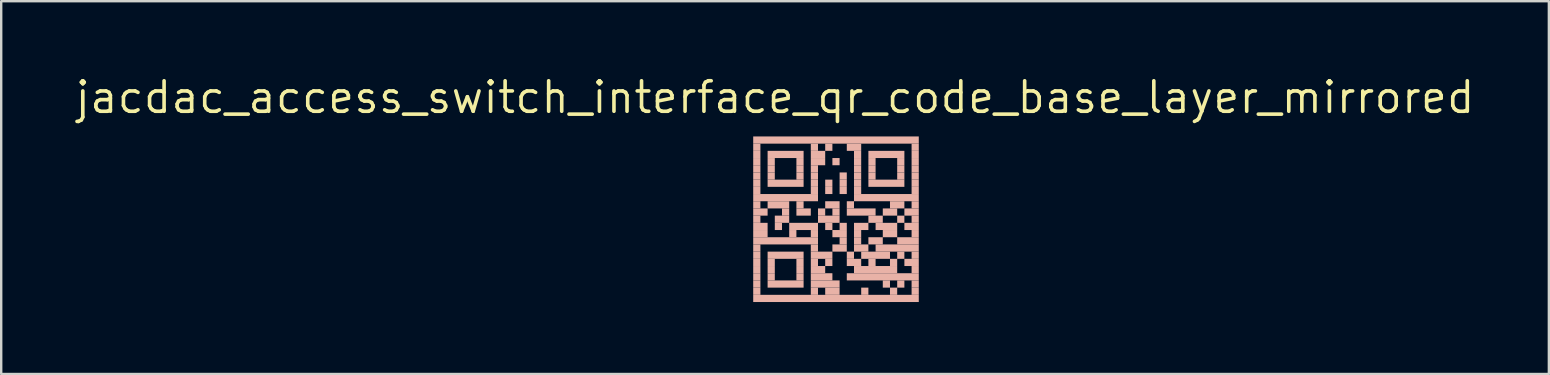
<source format=kicad_pcb>
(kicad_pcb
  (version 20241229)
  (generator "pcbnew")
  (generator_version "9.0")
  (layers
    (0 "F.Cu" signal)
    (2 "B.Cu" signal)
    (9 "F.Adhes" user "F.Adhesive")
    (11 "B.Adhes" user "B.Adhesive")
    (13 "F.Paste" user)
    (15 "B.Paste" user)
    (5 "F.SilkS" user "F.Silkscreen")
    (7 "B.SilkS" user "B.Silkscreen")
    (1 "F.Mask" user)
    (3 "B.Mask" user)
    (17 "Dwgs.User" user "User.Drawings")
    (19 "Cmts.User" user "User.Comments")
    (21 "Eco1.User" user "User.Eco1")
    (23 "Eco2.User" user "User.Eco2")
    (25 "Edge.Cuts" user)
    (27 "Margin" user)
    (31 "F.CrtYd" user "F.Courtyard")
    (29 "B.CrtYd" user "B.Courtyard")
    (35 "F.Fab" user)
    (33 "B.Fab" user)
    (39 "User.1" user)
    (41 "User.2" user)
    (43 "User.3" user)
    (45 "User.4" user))
  (footprint "jacdac_access_switch_interface_qr_code_base_layer_mirrored"
    (layer "F.Cu")
    (at 29.248 6.086)
    (property "Reference" "jacdac_access_switch_interface_qr_code_base_layer_mirrored" (at 0 -5.08 0) (layer "F.SilkS") (effects (font (size 1.27 1.27) (thickness 0.15))))
    (attr through_hole)
    (fp_poly (pts (xy -0.61 -2.85) (xy -0.61 -3.15) (xy -0.91 -3.15) (xy -0.91 -2.85)) (stroke (width 0) (type solid)) (fill yes) (layer "B.SilkS"))
    (fp_poly (pts (xy -0.61 -2.55) (xy -0.61 -2.85) (xy -0.91 -2.85) (xy -0.91 -2.55)) (stroke (width 0) (type solid)) (fill yes) (layer "B.SilkS"))
    (fp_poly (pts (xy -0.61 -2.25) (xy -0.61 -2.55) (xy -0.91 -2.55) (xy -0.91 -2.25)) (stroke (width 0) (type solid)) (fill yes) (layer "B.SilkS"))
    (fp_poly (pts (xy -0.61 -1.95) (xy -0.61 -2.25) (xy -0.91 -2.25) (xy -0.91 -1.95)) (stroke (width 0) (type solid)) (fill yes) (layer "B.SilkS"))
    (fp_poly (pts (xy -0.61 -1.65) (xy -0.61 -1.95) (xy -0.91 -1.95) (xy -0.91 -1.65)) (stroke (width 0) (type solid)) (fill yes) (layer "B.SilkS"))
    (fp_poly (pts (xy -0.61 -1.35) (xy -0.61 -1.65) (xy -0.91 -1.65) (xy -0.91 -1.35)) (stroke (width 0) (type solid)) (fill yes) (layer "B.SilkS"))
    (fp_poly (pts (xy -0.61 -1.05) (xy -0.61 -1.35) (xy -0.91 -1.35) (xy -0.91 -1.05)) (stroke (width 0) (type solid)) (fill yes) (layer "B.SilkS"))
    (fp_poly (pts (xy -0.61 -0.45) (xy -0.61 -0.75) (xy -0.91 -0.75) (xy -0.91 -0.45)) (stroke (width 0) (type solid)) (fill yes) (layer "B.SilkS"))
    (fp_poly (pts (xy -0.61 0.15) (xy -0.61 -0.15) (xy -0.91 -0.15) (xy -0.91 0.15)) (stroke (width 0) (type solid)) (fill yes) (layer "B.SilkS"))
    (fp_poly (pts (xy -0.61 1.35) (xy -0.61 1.05) (xy -0.91 1.05) (xy -0.91 1.35)) (stroke (width 0) (type solid)) (fill yes) (layer "B.SilkS"))
    (fp_poly (pts (xy -0.61 1.65) (xy -0.61 1.35) (xy -0.91 1.35) (xy -0.91 1.65)) (stroke (width 0) (type solid)) (fill yes) (layer "B.SilkS"))
    (fp_poly (pts (xy -0.61 1.95) (xy -0.61 1.65) (xy -0.91 1.65) (xy -0.91 1.95)) (stroke (width 0) (type solid)) (fill yes) (layer "B.SilkS"))
    (fp_poly (pts (xy -0.61 2.25) (xy -0.61 1.95) (xy -0.91 1.95) (xy -0.91 2.25)) (stroke (width 0) (type solid)) (fill yes) (layer "B.SilkS"))
    (fp_poly (pts (xy -0.61 2.55) (xy -0.61 2.25) (xy -0.91 2.25) (xy -0.91 2.55)) (stroke (width 0) (type solid)) (fill yes) (layer "B.SilkS"))
    (fp_poly (pts (xy -0.61 2.85) (xy -0.61 2.55) (xy -0.91 2.55) (xy -0.91 2.85)) (stroke (width 0) (type solid)) (fill yes) (layer "B.SilkS"))
    (fp_poly (pts (xy -0.61 3.15) (xy -0.61 2.85) (xy -0.91 2.85) (xy -0.91 3.15)) (stroke (width 0) (type solid)) (fill yes) (layer "B.SilkS"))
    (fp_poly (pts (xy -0.31 -0.15) (xy -0.31 -0.45) (xy -0.91 -0.45) (xy -0.91 -0.15)) (stroke (width 0) (type solid)) (fill yes) (layer "B.SilkS"))
    (fp_poly (pts (xy -0.31 0.45) (xy -0.31 0.15) (xy -0.91 0.15) (xy -0.91 0.45)) (stroke (width 0) (type solid)) (fill yes) (layer "B.SilkS"))
    (fp_poly (pts (xy -0.31 0.75) (xy -0.31 0.45) (xy -0.91 0.45) (xy -0.91 0.75)) (stroke (width 0) (type solid)) (fill yes) (layer "B.SilkS"))
    (fp_poly (pts (xy -0.01 -2.25) (xy -0.01 -2.55) (xy -0.31 -2.55) (xy -0.31 -2.25)) (stroke (width 0) (type solid)) (fill yes) (layer "B.SilkS"))
    (fp_poly (pts (xy -0.01 -1.95) (xy -0.01 -2.25) (xy -0.31 -2.25) (xy -0.31 -1.95)) (stroke (width 0) (type solid)) (fill yes) (layer "B.SilkS"))
    (fp_poly (pts (xy -0.01 -1.65) (xy -0.01 -1.95) (xy -0.31 -1.95) (xy -0.31 -1.65)) (stroke (width 0) (type solid)) (fill yes) (layer "B.SilkS"))
    (fp_poly (pts (xy -0.01 1.95) (xy -0.01 1.65) (xy -0.31 1.65) (xy -0.31 1.95)) (stroke (width 0) (type solid)) (fill yes) (layer "B.SilkS"))
    (fp_poly (pts (xy -0.01 2.25) (xy -0.01 1.95) (xy -0.31 1.95) (xy -0.31 2.25)) (stroke (width 0) (type solid)) (fill yes) (layer "B.SilkS"))
    (fp_poly (pts (xy -0.01 2.55) (xy -0.01 2.25) (xy -0.31 2.25) (xy -0.31 2.55)) (stroke (width 0) (type solid)) (fill yes) (layer "B.SilkS"))
    (fp_poly (pts (xy 0.29 0.45) (xy 0.29 0.15) (xy -0.01 0.15) (xy -0.01 0.45)) (stroke (width 0) (type solid)) (fill yes) (layer "B.SilkS"))
    (fp_poly (pts (xy 0.59 -0.45) (xy 0.59 -0.75) (xy -0.31 -0.75) (xy -0.31 -0.45)) (stroke (width 0) (type solid)) (fill yes) (layer "B.SilkS"))
    (fp_poly (pts (xy 0.59 -0.15) (xy 0.59 -0.45) (xy 0.29 -0.45) (xy 0.29 -0.15)) (stroke (width 0) (type solid)) (fill yes) (layer "B.SilkS"))
    (fp_poly (pts (xy 0.59 0.15) (xy 0.59 -0.15) (xy -0.01 -0.15) (xy -0.01 0.15)) (stroke (width 0) (type solid)) (fill yes) (layer "B.SilkS"))
    (fp_poly (pts (xy 0.89 0.75) (xy 0.89 0.45) (xy 0.59 0.45) (xy 0.59 0.75)) (stroke (width 0) (type solid)) (fill yes) (layer "B.SilkS"))
    (fp_poly (pts (xy 1.19 -2.55) (xy 1.19 -2.85) (xy -0.31 -2.85) (xy -0.31 -2.55)) (stroke (width 0) (type solid)) (fill yes) (layer "B.SilkS"))
    (fp_poly (pts (xy 1.19 -2.25) (xy 1.19 -2.55) (xy 0.89 -2.55) (xy 0.89 -2.25)) (stroke (width 0) (type solid)) (fill yes) (layer "B.SilkS"))
    (fp_poly (pts (xy 1.19 -1.95) (xy 1.19 -2.25) (xy 0.89 -2.25) (xy 0.89 -1.95)) (stroke (width 0) (type solid)) (fill yes) (layer "B.SilkS"))
    (fp_poly (pts (xy 1.19 -1.65) (xy 1.19 -1.95) (xy 0.89 -1.95) (xy 0.89 -1.65)) (stroke (width 0) (type solid)) (fill yes) (layer "B.SilkS"))
    (fp_poly (pts (xy 1.19 -1.35) (xy 1.19 -1.65) (xy -0.31 -1.65) (xy -0.31 -1.35)) (stroke (width 0) (type solid)) (fill yes) (layer "B.SilkS"))
    (fp_poly (pts (xy 1.19 -0.45) (xy 1.19 -0.75) (xy 0.89 -0.75) (xy 0.89 -0.45)) (stroke (width 0) (type solid)) (fill yes) (layer "B.SilkS"))
    (fp_poly (pts (xy 1.19 1.65) (xy 1.19 1.35) (xy -0.31 1.35) (xy -0.31 1.65)) (stroke (width 0) (type solid)) (fill yes) (layer "B.SilkS"))
    (fp_poly (pts (xy 1.19 1.95) (xy 1.19 1.65) (xy 0.89 1.65) (xy 0.89 1.95)) (stroke (width 0) (type solid)) (fill yes) (layer "B.SilkS"))
    (fp_poly (pts (xy 1.19 2.25) (xy 1.19 1.95) (xy 0.89 1.95) (xy 0.89 2.25)) (stroke (width 0) (type solid)) (fill yes) (layer "B.SilkS"))
    (fp_poly (pts (xy 1.19 2.55) (xy 1.19 2.25) (xy 0.89 2.25) (xy 0.89 2.55)) (stroke (width 0) (type solid)) (fill yes) (layer "B.SilkS"))
    (fp_poly (pts (xy 1.19 2.85) (xy 1.19 2.55) (xy -0.31 2.55) (xy -0.31 2.85)) (stroke (width 0) (type solid)) (fill yes) (layer "B.SilkS"))
    (fp_poly (pts (xy 1.49 -0.15) (xy 1.49 -0.45) (xy 0.89 -0.45) (xy 0.89 -0.15)) (stroke (width 0) (type solid)) (fill yes) (layer "B.SilkS"))
    (fp_poly (pts (xy 1.79 -2.85) (xy 1.79 -3.15) (xy 1.49 -3.15) (xy 1.49 -2.85)) (stroke (width 0) (type solid)) (fill yes) (layer "B.SilkS"))
    (fp_poly (pts (xy 1.79 -1.95) (xy 1.79 -2.25) (xy 1.49 -2.25) (xy 1.49 -1.95)) (stroke (width 0) (type solid)) (fill yes) (layer "B.SilkS"))
    (fp_poly (pts (xy 1.79 -1.65) (xy 1.79 -1.95) (xy 1.49 -1.95) (xy 1.49 -1.65)) (stroke (width 0) (type solid)) (fill yes) (layer "B.SilkS"))
    (fp_poly (pts (xy 1.79 -1.35) (xy 1.79 -1.65) (xy 1.49 -1.65) (xy 1.49 -1.35)) (stroke (width 0) (type solid)) (fill yes) (layer "B.SilkS"))
    (fp_poly (pts (xy 1.79 -1.05) (xy 1.79 -1.35) (xy 1.49 -1.35) (xy 1.49 -1.05)) (stroke (width 0) (type solid)) (fill yes) (layer "B.SilkS"))
    (fp_poly (pts (xy 1.79 -0.75) (xy 1.79 -1.05) (xy -0.91 -1.05) (xy -0.91 -0.75)) (stroke (width 0) (type solid)) (fill yes) (layer "B.SilkS"))
    (fp_poly (pts (xy 1.79 0.45) (xy 1.79 0.15) (xy 0.59 0.15) (xy 0.59 0.45)) (stroke (width 0) (type solid)) (fill yes) (layer "B.SilkS"))
    (fp_poly (pts (xy 1.79 0.75) (xy 1.79 0.45) (xy 1.49 0.45) (xy 1.49 0.75)) (stroke (width 0) (type solid)) (fill yes) (layer "B.SilkS"))
    (fp_poly (pts (xy 1.79 1.05) (xy 1.79 0.75) (xy -0.91 0.75) (xy -0.91 1.05)) (stroke (width 0) (type solid)) (fill yes) (layer "B.SilkS"))
    (fp_poly (pts (xy 1.79 1.35) (xy 1.79 1.05) (xy 1.49 1.05) (xy 1.49 1.35)) (stroke (width 0) (type solid)) (fill yes) (layer "B.SilkS"))
    (fp_poly (pts (xy 1.79 1.95) (xy 1.79 1.65) (xy 1.49 1.65) (xy 1.49 1.95)) (stroke (width 0) (type solid)) (fill yes) (layer "B.SilkS"))
    (fp_poly (pts (xy 1.79 3.15) (xy 1.79 2.85) (xy 1.49 2.85) (xy 1.49 3.15)) (stroke (width 0) (type solid)) (fill yes) (layer "B.SilkS"))
    (fp_poly (pts (xy 2.09 -2.55) (xy 2.09 -2.85) (xy 1.49 -2.85) (xy 1.49 -2.55)) (stroke (width 0) (type solid)) (fill yes) (layer "B.SilkS"))
    (fp_poly (pts (xy 2.09 -2.25) (xy 2.09 -2.55) (xy 1.49 -2.55) (xy 1.49 -2.25)) (stroke (width 0) (type solid)) (fill yes) (layer "B.SilkS"))
    (fp_poly (pts (xy 2.09 -0.15) (xy 2.09 -0.45) (xy 1.79 -0.45) (xy 1.79 -0.15)) (stroke (width 0) (type solid)) (fill yes) (layer "B.SilkS"))
    (fp_poly (pts (xy 2.09 2.25) (xy 2.09 1.95) (xy 1.49 1.95) (xy 1.49 2.25)) (stroke (width 0) (type solid)) (fill yes) (layer "B.SilkS"))
    (fp_poly (pts (xy 2.39 -2.85) (xy 2.39 -3.15) (xy 2.09 -3.15) (xy 2.09 -2.85)) (stroke (width 0) (type solid)) (fill yes) (layer "B.SilkS"))
    (fp_poly (pts (xy 2.39 -1.35) (xy 2.39 -1.65) (xy 2.09 -1.65) (xy 2.09 -1.35)) (stroke (width 0) (type solid)) (fill yes) (layer "B.SilkS"))
    (fp_poly (pts (xy 2.39 -1.05) (xy 2.39 -1.35) (xy 2.09 -1.35) (xy 2.09 -1.05)) (stroke (width 0) (type solid)) (fill yes) (layer "B.SilkS"))
    (fp_poly (pts (xy 2.39 0.45) (xy 2.39 0.15) (xy 2.09 0.15) (xy 2.09 0.45)) (stroke (width 0) (type solid)) (fill yes) (layer "B.SilkS"))
    (fp_poly (pts (xy 2.39 1.65) (xy 2.39 1.35) (xy 1.49 1.35) (xy 1.49 1.65)) (stroke (width 0) (type solid)) (fill yes) (layer "B.SilkS"))
    (fp_poly (pts (xy 2.39 1.95) (xy 2.39 1.65) (xy 2.09 1.65) (xy 2.09 1.95)) (stroke (width 0) (type solid)) (fill yes) (layer "B.SilkS"))
    (fp_poly (pts (xy 2.39 2.55) (xy 2.39 2.25) (xy 1.49 2.25) (xy 1.49 2.55)) (stroke (width 0) (type solid)) (fill yes) (layer "B.SilkS"))
    (fp_poly (pts (xy 2.69 -2.25) (xy 2.69 -2.55) (xy 2.39 -2.55) (xy 2.39 -2.25)) (stroke (width 0) (type solid)) (fill yes) (layer "B.SilkS"))
    (fp_poly (pts (xy 2.69 -0.45) (xy 2.69 -0.75) (xy 2.09 -0.75) (xy 2.09 -0.45)) (stroke (width 0) (type solid)) (fill yes) (layer "B.SilkS"))
    (fp_poly (pts (xy 2.69 -0.15) (xy 2.69 -0.45) (xy 2.39 -0.45) (xy 2.39 -0.15)) (stroke (width 0) (type solid)) (fill yes) (layer "B.SilkS"))
    (fp_poly (pts (xy 2.69 0.15) (xy 2.69 -0.15) (xy 1.79 -0.15) (xy 1.79 0.15)) (stroke (width 0) (type solid)) (fill yes) (layer "B.SilkS"))
    (fp_poly (pts (xy 2.69 2.85) (xy 2.69 2.55) (xy 1.49 2.55) (xy 1.49 2.85)) (stroke (width 0) (type solid)) (fill yes) (layer "B.SilkS"))
    (fp_poly (pts (xy 2.69 3.15) (xy 2.69 2.85) (xy 2.09 2.85) (xy 2.09 3.15)) (stroke (width 0) (type solid)) (fill yes) (layer "B.SilkS"))
    (fp_poly (pts (xy 2.99 -1.65) (xy 2.99 -1.95) (xy 2.69 -1.95) (xy 2.69 -1.65)) (stroke (width 0) (type solid)) (fill yes) (layer "B.SilkS"))
    (fp_poly (pts (xy 2.99 -1.35) (xy 2.99 -1.65) (xy 2.69 -1.65) (xy 2.69 -1.35)) (stroke (width 0) (type solid)) (fill yes) (layer "B.SilkS"))
    (fp_poly (pts (xy 2.99 -1.05) (xy 2.99 -1.35) (xy 2.69 -1.35) (xy 2.69 -1.05)) (stroke (width 0) (type solid)) (fill yes) (layer "B.SilkS"))
    (fp_poly (pts (xy 2.99 0.45) (xy 2.99 0.15) (xy 2.69 0.15) (xy 2.69 0.45)) (stroke (width 0) (type solid)) (fill yes) (layer "B.SilkS"))
    (fp_poly (pts (xy 2.99 0.75) (xy 2.99 0.45) (xy 2.39 0.45) (xy 2.39 0.75)) (stroke (width 0) (type solid)) (fill yes) (layer "B.SilkS"))
    (fp_poly (pts (xy 2.99 1.05) (xy 2.99 0.75) (xy 2.69 0.75) (xy 2.69 1.05)) (stroke (width 0) (type solid)) (fill yes) (layer "B.SilkS"))
    (fp_poly (pts (xy 2.99 1.35) (xy 2.99 1.05) (xy 2.39 1.05) (xy 2.39 1.35)) (stroke (width 0) (type solid)) (fill yes) (layer "B.SilkS"))
    (fp_poly (pts (xy 3.29 -0.45) (xy 3.29 -0.75) (xy 2.99 -0.75) (xy 2.99 -0.45)) (stroke (width 0) (type solid)) (fill yes) (layer "B.SilkS"))
    (fp_poly (pts (xy 3.29 1.65) (xy 3.29 1.35) (xy 2.99 1.35) (xy 2.99 1.65)) (stroke (width 0) (type solid)) (fill yes) (layer "B.SilkS"))
    (fp_poly (pts (xy 3.59 -2.85) (xy 3.59 -3.15) (xy 2.99 -3.15) (xy 2.99 -2.85)) (stroke (width 0) (type solid)) (fill yes) (layer "B.SilkS"))
    (fp_poly (pts (xy 3.59 -2.55) (xy 3.59 -2.85) (xy 3.29 -2.85) (xy 3.29 -2.55)) (stroke (width 0) (type solid)) (fill yes) (layer "B.SilkS"))
    (fp_poly (pts (xy 3.59 -2.25) (xy 3.59 -2.55) (xy 3.29 -2.55) (xy 3.29 -2.25)) (stroke (width 0) (type solid)) (fill yes) (layer "B.SilkS"))
    (fp_poly (pts (xy 3.59 -1.95) (xy 3.59 -2.25) (xy 3.29 -2.25) (xy 3.29 -1.95)) (stroke (width 0) (type solid)) (fill yes) (layer "B.SilkS"))
    (fp_poly (pts (xy 3.59 -1.65) (xy 3.59 -1.95) (xy 3.29 -1.95) (xy 3.29 -1.65)) (stroke (width 0) (type solid)) (fill yes) (layer "B.SilkS"))
    (fp_poly (pts (xy 3.59 -1.35) (xy 3.59 -1.65) (xy 3.29 -1.65) (xy 3.29 -1.35)) (stroke (width 0) (type solid)) (fill yes) (layer "B.SilkS"))
    (fp_poly (pts (xy 3.59 -1.05) (xy 3.59 -1.35) (xy 3.29 -1.35) (xy 3.29 -1.05)) (stroke (width 0) (type solid)) (fill yes) (layer "B.SilkS"))
    (fp_poly (pts (xy 3.59 0.75) (xy 3.59 0.45) (xy 3.29 0.45) (xy 3.29 0.75)) (stroke (width 0) (type solid)) (fill yes) (layer "B.SilkS"))
    (fp_poly (pts (xy 3.59 1.05) (xy 3.59 0.75) (xy 3.29 0.75) (xy 3.29 1.05)) (stroke (width 0) (type solid)) (fill yes) (layer "B.SilkS"))
    (fp_poly (pts (xy 3.59 1.95) (xy 3.59 1.65) (xy 2.99 1.65) (xy 2.99 1.95)) (stroke (width 0) (type solid)) (fill yes) (layer "B.SilkS"))
    (fp_poly (pts (xy 3.89 0.45) (xy 3.89 0.15) (xy 3.29 0.15) (xy 3.29 0.45)) (stroke (width 0) (type solid)) (fill yes) (layer "B.SilkS"))
    (fp_poly (pts (xy 3.89 1.35) (xy 3.89 1.05) (xy 3.29 1.05) (xy 3.29 1.35)) (stroke (width 0) (type solid)) (fill yes) (layer "B.SilkS"))
    (fp_poly (pts (xy 3.89 3.15) (xy 3.89 2.85) (xy 3.59 2.85) (xy 3.59 3.15)) (stroke (width 0) (type solid)) (fill yes) (layer "B.SilkS"))
    (fp_poly (pts (xy 4.19 -2.25) (xy 4.19 -2.55) (xy 3.89 -2.55) (xy 3.89 -2.25)) (stroke (width 0) (type solid)) (fill yes) (layer "B.SilkS"))
    (fp_poly (pts (xy 4.19 -1.95) (xy 4.19 -2.25) (xy 3.89 -2.25) (xy 3.89 -1.95)) (stroke (width 0) (type solid)) (fill yes) (layer "B.SilkS"))
    (fp_poly (pts (xy 4.19 -1.65) (xy 4.19 -1.95) (xy 3.89 -1.95) (xy 3.89 -1.65)) (stroke (width 0) (type solid)) (fill yes) (layer "B.SilkS"))
    (fp_poly (pts (xy 4.19 -0.15) (xy 4.19 -0.45) (xy 2.99 -0.45) (xy 2.99 -0.15)) (stroke (width 0) (type solid)) (fill yes) (layer "B.SilkS"))
    (fp_poly (pts (xy 4.19 1.95) (xy 4.19 1.65) (xy 3.89 1.65) (xy 3.89 1.95)) (stroke (width 0) (type solid)) (fill yes) (layer "B.SilkS"))
    (fp_poly (pts (xy 4.49 0.15) (xy 4.49 -0.15) (xy 3.89 -0.15) (xy 3.89 0.15)) (stroke (width 0) (type solid)) (fill yes) (layer "B.SilkS"))
    (fp_poly (pts (xy 4.49 1.05) (xy 4.49 0.75) (xy 3.89 0.75) (xy 3.89 1.05)) (stroke (width 0) (type solid)) (fill yes) (layer "B.SilkS"))
    (fp_poly (pts (xy 4.79 1.65) (xy 4.79 1.35) (xy 3.59 1.35) (xy 3.59 1.65)) (stroke (width 0) (type solid)) (fill yes) (layer "B.SilkS"))
    (fp_poly (pts (xy 4.79 2.85) (xy 4.79 2.55) (xy 4.49 2.55) (xy 4.49 2.85)) (stroke (width 0) (type solid)) (fill yes) (layer "B.SilkS"))
    (fp_poly (pts (xy 5.09 -0.15) (xy 5.09 -0.45) (xy 4.49 -0.45) (xy 4.49 -0.15)) (stroke (width 0) (type solid)) (fill yes) (layer "B.SilkS"))
    (fp_poly (pts (xy 5.09 0.45) (xy 5.09 0.15) (xy 4.19 0.15) (xy 4.19 0.45)) (stroke (width 0) (type solid)) (fill yes) (layer "B.SilkS"))
    (fp_poly (pts (xy 5.09 0.75) (xy 5.09 0.45) (xy 4.49 0.45) (xy 4.49 0.75)) (stroke (width 0) (type solid)) (fill yes) (layer "B.SilkS"))
    (fp_poly (pts (xy 5.09 1.95) (xy 5.09 1.65) (xy 4.79 1.65) (xy 4.79 1.95)) (stroke (width 0) (type solid)) (fill yes) (layer "B.SilkS"))
    (fp_poly (pts (xy 5.09 2.25) (xy 5.09 1.95) (xy 3.29 1.95) (xy 3.29 2.25)) (stroke (width 0) (type solid)) (fill yes) (layer "B.SilkS"))
    (fp_poly (pts (xy 5.09 3.15) (xy 5.09 2.85) (xy 4.79 2.85) (xy 4.79 3.15)) (stroke (width 0) (type solid)) (fill yes) (layer "B.SilkS"))
    (fp_poly (pts (xy 5.39 -2.55) (xy 5.39 -2.85) (xy 3.89 -2.85) (xy 3.89 -2.55)) (stroke (width 0) (type solid)) (fill yes) (layer "B.SilkS"))
    (fp_poly (pts (xy 5.39 -2.25) (xy 5.39 -2.55) (xy 5.09 -2.55) (xy 5.09 -2.25)) (stroke (width 0) (type solid)) (fill yes) (layer "B.SilkS"))
    (fp_poly (pts (xy 5.39 -1.95) (xy 5.39 -2.25) (xy 5.09 -2.25) (xy 5.09 -1.95)) (stroke (width 0) (type solid)) (fill yes) (layer "B.SilkS"))
    (fp_poly (pts (xy 5.39 -1.65) (xy 5.39 -1.95) (xy 5.09 -1.95) (xy 5.09 -1.65)) (stroke (width 0) (type solid)) (fill yes) (layer "B.SilkS"))
    (fp_poly (pts (xy 5.39 -1.35) (xy 5.39 -1.65) (xy 3.89 -1.65) (xy 3.89 -1.35)) (stroke (width 0) (type solid)) (fill yes) (layer "B.SilkS"))
    (fp_poly (pts (xy 5.39 -0.45) (xy 5.39 -0.75) (xy 4.79 -0.75) (xy 4.79 -0.45)) (stroke (width 0) (type solid)) (fill yes) (layer "B.SilkS"))
    (fp_poly (pts (xy 5.39 0.15) (xy 5.39 -0.15) (xy 5.09 -0.15) (xy 5.09 0.15)) (stroke (width 0) (type solid)) (fill yes) (layer "B.SilkS"))
    (fp_poly (pts (xy 5.39 1.65) (xy 5.39 1.35) (xy 5.09 1.35) (xy 5.09 1.65)) (stroke (width 0) (type solid)) (fill yes) (layer "B.SilkS"))
    (fp_poly (pts (xy 5.39 2.85) (xy 5.39 2.55) (xy 5.09 2.55) (xy 5.09 2.85)) (stroke (width 0) (type solid)) (fill yes) (layer "B.SilkS"))
    (fp_poly (pts (xy 5.99 -3.15) (xy 5.99 -3.45) (xy -0.91 -3.45) (xy -0.91 -3.15)) (stroke (width 0) (type solid)) (fill yes) (layer "B.SilkS"))
    (fp_poly (pts (xy 5.99 -2.85) (xy 5.99 -3.15) (xy 5.69 -3.15) (xy 5.69 -2.85)) (stroke (width 0) (type solid)) (fill yes) (layer "B.SilkS"))
    (fp_poly (pts (xy 5.99 -2.55) (xy 5.99 -2.85) (xy 5.69 -2.85) (xy 5.69 -2.55)) (stroke (width 0) (type solid)) (fill yes) (layer "B.SilkS"))
    (fp_poly (pts (xy 5.99 -2.25) (xy 5.99 -2.55) (xy 5.69 -2.55) (xy 5.69 -2.25)) (stroke (width 0) (type solid)) (fill yes) (layer "B.SilkS"))
    (fp_poly (pts (xy 5.99 -1.95) (xy 5.99 -2.25) (xy 5.69 -2.25) (xy 5.69 -1.95)) (stroke (width 0) (type solid)) (fill yes) (layer "B.SilkS"))
    (fp_poly (pts (xy 5.99 -1.65) (xy 5.99 -1.95) (xy 5.69 -1.95) (xy 5.69 -1.65)) (stroke (width 0) (type solid)) (fill yes) (layer "B.SilkS"))
    (fp_poly (pts (xy 5.99 -1.35) (xy 5.99 -1.65) (xy 5.69 -1.65) (xy 5.69 -1.35)) (stroke (width 0) (type solid)) (fill yes) (layer "B.SilkS"))
    (fp_poly (pts (xy 5.99 -1.05) (xy 5.99 -1.35) (xy 5.69 -1.35) (xy 5.69 -1.05)) (stroke (width 0) (type solid)) (fill yes) (layer "B.SilkS"))
    (fp_poly (pts (xy 5.99 -0.75) (xy 5.99 -1.05) (xy 3.29 -1.05) (xy 3.29 -0.75)) (stroke (width 0) (type solid)) (fill yes) (layer "B.SilkS"))
    (fp_poly (pts (xy 5.99 -0.45) (xy 5.99 -0.75) (xy 5.69 -0.75) (xy 5.69 -0.45)) (stroke (width 0) (type solid)) (fill yes) (layer "B.SilkS"))
    (fp_poly (pts (xy 5.99 -0.15) (xy 5.99 -0.45) (xy 5.39 -0.45) (xy 5.39 -0.15)) (stroke (width 0) (type solid)) (fill yes) (layer "B.SilkS"))
    (fp_poly (pts (xy 5.99 0.15) (xy 5.99 -0.15) (xy 5.69 -0.15) (xy 5.69 0.15)) (stroke (width 0) (type solid)) (fill yes) (layer "B.SilkS"))
    (fp_poly (pts (xy 5.99 0.45) (xy 5.99 0.15) (xy 5.39 0.15) (xy 5.39 0.45)) (stroke (width 0) (type solid)) (fill yes) (layer "B.SilkS"))
    (fp_poly (pts (xy 5.99 0.75) (xy 5.99 0.45) (xy 5.69 0.45) (xy 5.69 0.75)) (stroke (width 0) (type solid)) (fill yes) (layer "B.SilkS"))
    (fp_poly (pts (xy 5.99 1.05) (xy 5.99 0.75) (xy 5.09 0.75) (xy 5.09 1.05)) (stroke (width 0) (type solid)) (fill yes) (layer "B.SilkS"))
    (fp_poly (pts (xy 5.99 1.35) (xy 5.99 1.05) (xy 4.19 1.05) (xy 4.19 1.35)) (stroke (width 0) (type solid)) (fill yes) (layer "B.SilkS"))
    (fp_poly (pts (xy 5.99 1.65) (xy 5.99 1.35) (xy 5.69 1.35) (xy 5.69 1.65)) (stroke (width 0) (type solid)) (fill yes) (layer "B.SilkS"))
    (fp_poly (pts (xy 5.99 1.95) (xy 5.99 1.65) (xy 5.39 1.65) (xy 5.39 1.95)) (stroke (width 0) (type solid)) (fill yes) (layer "B.SilkS"))
    (fp_poly (pts (xy 5.99 2.25) (xy 5.99 1.95) (xy 5.69 1.95) (xy 5.69 2.25)) (stroke (width 0) (type solid)) (fill yes) (layer "B.SilkS"))
    (fp_poly (pts (xy 5.99 2.55) (xy 5.99 2.25) (xy 2.99 2.25) (xy 2.99 2.55)) (stroke (width 0) (type solid)) (fill yes) (layer "B.SilkS"))
    (fp_poly (pts (xy 5.99 2.85) (xy 5.99 2.55) (xy 5.69 2.55) (xy 5.69 2.85)) (stroke (width 0) (type solid)) (fill yes) (layer "B.SilkS"))
    (fp_poly (pts (xy 5.99 3.15) (xy 5.99 2.85) (xy 5.69 2.85) (xy 5.69 3.15)) (stroke (width 0) (type solid)) (fill yes) (layer "B.SilkS"))
    (fp_poly (pts (xy 5.99 3.45) (xy 5.99 3.15) (xy -0.91 3.15) (xy -0.91 3.45)) (stroke (width 0) (type solid)) (fill yes) (layer "B.SilkS")))
  (gr_rect
    (start -3 -3)
    (end 61.495 12.536)
    (stroke (width 0.1) (type default))
    (fill no)
    (layer "Edge.Cuts")))
</source>
